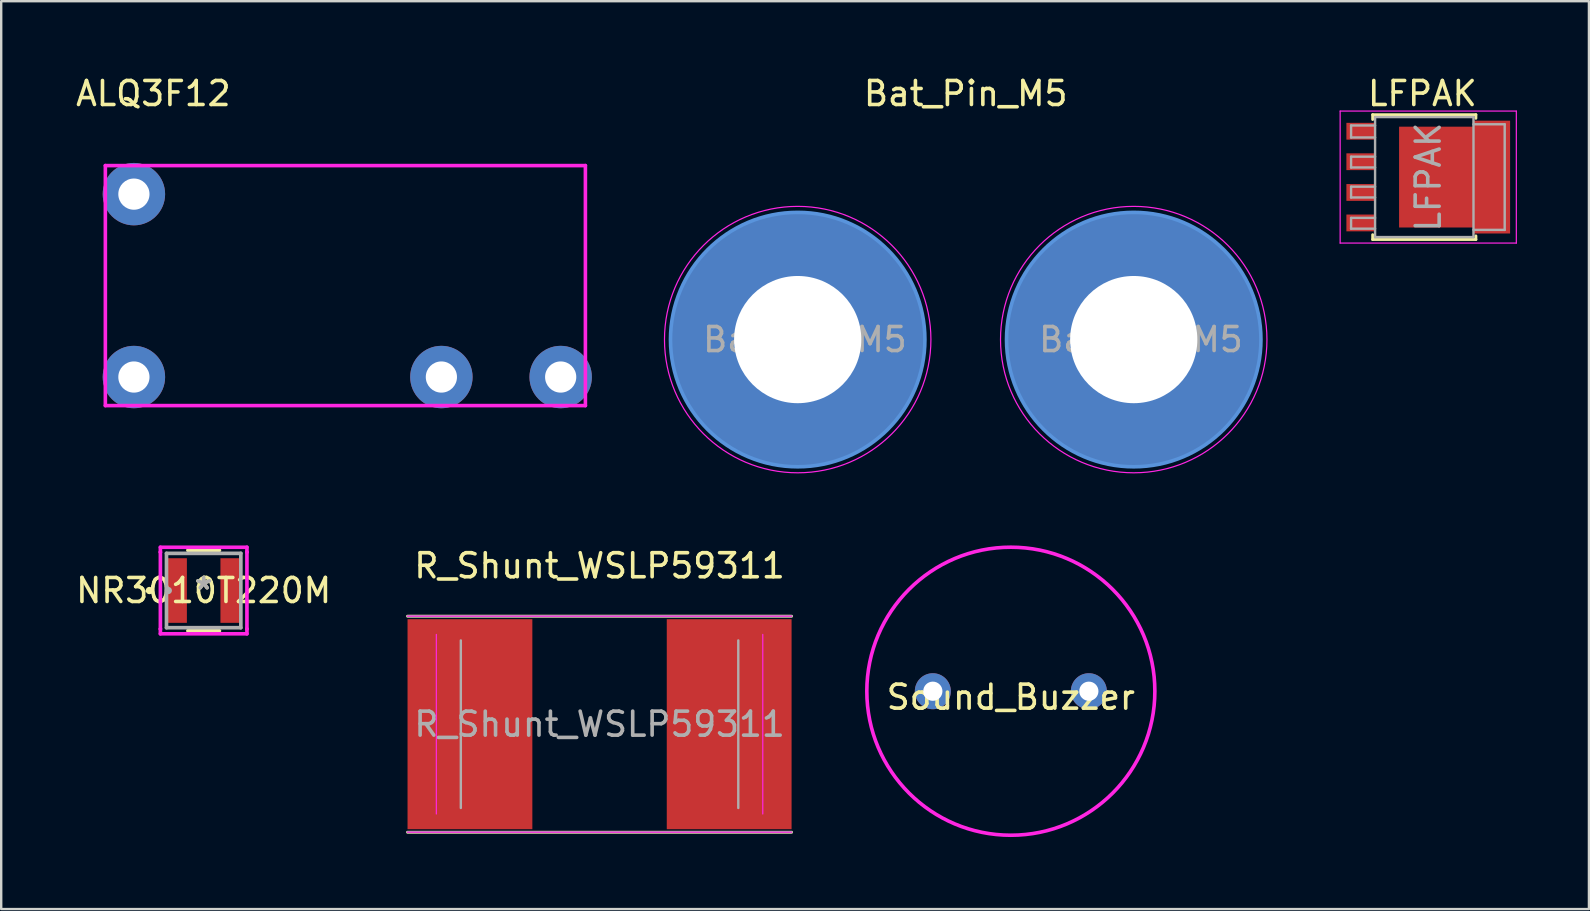
<source format=kicad_pcb>
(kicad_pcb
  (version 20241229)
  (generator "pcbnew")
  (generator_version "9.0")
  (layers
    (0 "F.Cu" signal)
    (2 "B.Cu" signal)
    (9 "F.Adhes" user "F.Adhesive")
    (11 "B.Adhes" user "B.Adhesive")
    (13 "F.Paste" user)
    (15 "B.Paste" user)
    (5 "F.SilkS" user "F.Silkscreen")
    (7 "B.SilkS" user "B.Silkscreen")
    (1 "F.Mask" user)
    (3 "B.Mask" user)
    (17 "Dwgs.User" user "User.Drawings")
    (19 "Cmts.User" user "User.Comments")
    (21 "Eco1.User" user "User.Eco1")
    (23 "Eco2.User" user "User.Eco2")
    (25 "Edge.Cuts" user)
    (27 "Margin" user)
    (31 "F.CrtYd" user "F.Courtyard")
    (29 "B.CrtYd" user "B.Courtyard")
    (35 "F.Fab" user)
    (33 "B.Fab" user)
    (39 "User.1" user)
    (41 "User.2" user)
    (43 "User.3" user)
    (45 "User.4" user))
  (footprint "Sound_Buzzer"
    (layer "F.Cu")
    (at 39.064 25.748)
    (property "Reference" "Sound_Buzzer" (at 0 0.25 0) (layer "F.SilkS") (effects (font (size 1 1) (thickness 0.15))))
    (attr through_hole)
    (fp_arc (start 0 -6) (mid 0 6) (end 0 -6) (stroke (width 0.15) (type solid)) (layer "F.CrtYd"))
    (pad "1" thru_hole circle (at -3.25 0) (size 1.5 1.5) (drill 0.8) (layers "*.Cu" "*.Mask"))
    (pad "2" thru_hole circle (at 3.25 0) (size 1.5 1.5) (drill 0.8) (layers "*.Cu" "*.Mask")))
  (footprint "Bat_Pin_M5"
    (layer "F.Cu")
    (at 37.184 11.098)
    (property "Reference" "Bat_Pin_M5" (at 0 -10.25 0) (layer "F.SilkS") (effects (font (size 1 1) (thickness 0.15))))
    (attr through_hole)
    (fp_circle (center -7 0) (end -1.7 0) (stroke (width 0.15) (type solid)) (fill no) (layer "Cmts.User"))
    (fp_circle (center 7 0) (end 12.3 0) (stroke (width 0.15) (type solid)) (fill no) (layer "Cmts.User"))
    (fp_circle (center -7 0) (end -1.45 0) (stroke (width 0.05) (type solid)) (fill no) (layer "F.CrtYd"))
    (fp_circle (center 7 0) (end 12.55 0) (stroke (width 0.05) (type solid)) (fill no) (layer "F.CrtYd"))
    (fp_text user "${REFERENCE}" (at -6.7 0 0) (layer "F.Fab") (effects (font (size 1 1) (thickness 0.15))))
    (fp_text user "${REFERENCE}" (at 7.3 0 0) (layer "F.Fab") (effects (font (size 1 1) (thickness 0.15))))
    (pad "1" thru_hole circle (at -7 0) (size 10.6 10.6) (drill 5.3) (layers "*.Cu" "*.Mask"))
    (pad "2" thru_hole circle (at 7 0) (size 10.6 10.6) (drill 5.3) (layers "*.Cu" "*.Mask")))
  (footprint "ALQ3F12"
    (layer "F.Cu")
    (at 1.339 3.848)
    (property "Reference" "ALQ3F12" (at 2 -3 0) (layer "F.SilkS") (effects (font (size 1 1) (thickness 0.15))))
    (attr through_hole)
    (fp_line (start 0 0) (end 20 0) (stroke (width 0.15) (type solid)) (layer "F.CrtYd"))
    (fp_line (start 0 10) (end 0 0) (stroke (width 0.15) (type solid)) (layer "F.CrtYd"))
    (fp_line (start 20 0) (end 20 10) (stroke (width 0.15) (type solid)) (layer "F.CrtYd"))
    (fp_line (start 20 10) (end 0 10) (stroke (width 0.15) (type solid)) (layer "F.CrtYd"))
    (pad "1" thru_hole circle (at 1.19 8.81) (size 2.6 2.6) (drill 1.3) (layers "*.Cu" "*.Mask"))
    (pad "2" thru_hole circle (at 1.19 1.19) (size 2.6 2.6) (drill 1.3) (layers "*.Cu" "*.Mask"))
    (pad "3" thru_hole circle (at 14 8.81) (size 2.6 2.6) (drill 1.3) (layers "*.Cu" "*.Mask"))
    (pad "4" thru_hole circle (at 18.97 8.81) (size 2.6 2.6) (drill 1.3) (layers "*.Cu" "*.Mask")))
  (footprint "LFPAK"
    (layer "F.Cu")
    (at 56.454 4.328)
    (property "Reference" "LFPAK" (at -0.245 -3.48 0) (layer "F.SilkS") (effects (font (size 1 1) (thickness 0.15))))
    (attr smd)
    (fp_line (start -2.315 -2.6) (end -2.315 -2.4) (stroke (width 0.12) (type solid)) (layer "F.SilkS"))
    (fp_line (start -2.315 2.4) (end -2.315 2.6) (stroke (width 0.12) (type solid)) (layer "F.SilkS"))
    (fp_line (start -2.315 2.6) (end 1.985 2.6) (stroke (width 0.12) (type solid)) (layer "F.SilkS"))
    (fp_line (start 1.985 -2.6) (end -2.315 -2.6) (stroke (width 0.12) (type solid)) (layer "F.SilkS"))
    (fp_line (start 1.985 -2.45) (end 1.985 -2.6) (stroke (width 0.12) (type solid)) (layer "F.SilkS"))
    (fp_line (start 1.985 2.6) (end 1.985 2.45) (stroke (width 0.12) (type solid)) (layer "F.SilkS"))
    (fp_line (start -3.67 2.75) (end -3.67 -2.75) (stroke (width 0.05) (type solid)) (layer "F.CrtYd"))
    (fp_line (start -3.67 2.75) (end 3.67 2.75) (stroke (width 0.05) (type solid)) (layer "F.CrtYd"))
    (fp_line (start 3.67 -2.75) (end -3.67 -2.75) (stroke (width 0.05) (type solid)) (layer "F.CrtYd"))
    (fp_line (start 3.67 -2.75) (end 3.67 2.75) (stroke (width 0.05) (type solid)) (layer "F.CrtYd"))
    (fp_line (start -3.215 -2.15) (end -3.215 -1.65) (stroke (width 0.1) (type solid)) (layer "F.Fab"))
    (fp_line (start -3.215 -2.15) (end -2.215 -2.15) (stroke (width 0.1) (type solid)) (layer "F.Fab"))
    (fp_line (start -3.215 -1.65) (end -2.215 -1.65) (stroke (width 0.1) (type solid)) (layer "F.Fab"))
    (fp_line (start -3.215 -0.85) (end -3.215 -0.4) (stroke (width 0.1) (type solid)) (layer "F.Fab"))
    (fp_line (start -3.215 -0.4) (end -2.215 -0.4) (stroke (width 0.1) (type solid)) (layer "F.Fab"))
    (fp_line (start -3.215 0.4) (end -3.215 0.85) (stroke (width 0.1) (type solid)) (layer "F.Fab"))
    (fp_line (start -3.215 0.85) (end -2.215 0.85) (stroke (width 0.1) (type solid)) (layer "F.Fab"))
    (fp_line (start -3.215 1.7) (end -3.215 2.15) (stroke (width 0.1) (type solid)) (layer "F.Fab"))
    (fp_line (start -3.215 2.15) (end -2.215 2.15) (stroke (width 0.1) (type solid)) (layer "F.Fab"))
    (fp_line (start -2.215 -2.5) (end -2.215 2.5) (stroke (width 0.1) (type solid)) (layer "F.Fab"))
    (fp_line (start -2.215 -0.85) (end -3.215 -0.85) (stroke (width 0.1) (type solid)) (layer "F.Fab"))
    (fp_line (start -2.215 0.4) (end -3.215 0.4) (stroke (width 0.1) (type solid)) (layer "F.Fab"))
    (fp_line (start -2.215 1.7) (end -3.215 1.7) (stroke (width 0.1) (type solid)) (layer "F.Fab"))
    (fp_line (start -2.215 2.5) (end 1.885 2.5) (stroke (width 0.1) (type solid)) (layer "F.Fab"))
    (fp_line (start 1.885 -2.5) (end -2.215 -2.5) (stroke (width 0.1) (type solid)) (layer "F.Fab"))
    (fp_line (start 1.885 2.5) (end 1.885 -2.5) (stroke (width 0.1) (type solid)) (layer "F.Fab"))
    (fp_line (start 3.185 -2.2) (end 1.885 -2.2) (stroke (width 0.1) (type solid)) (layer "F.Fab"))
    (fp_line (start 3.185 -2.2) (end 3.185 2.2) (stroke (width 0.1) (type solid)) (layer "F.Fab"))
    (fp_line (start 3.185 2.2) (end 1.885 2.2) (stroke (width 0.1) (type solid)) (layer "F.Fab"))
    (fp_text user "${REFERENCE}" (at 0 0 90) (layer "F.Fab") (effects (font (size 1 1) (thickness 0.15))))
    (pad "" smd rect (at -0.665 -1.15) (size 0.6 0.9) (layers "F.Paste"))
    (pad "" smd rect (at -0.665 0) (size 0.6 0.9) (layers "F.Paste"))
    (pad "" smd rect (at -0.665 1.15) (size 0.6 0.9) (layers "F.Paste"))
    (pad "" smd rect (at 0.185 -1.15) (size 0.6 0.9) (layers "F.Paste"))
    (pad "" smd rect (at 0.185 0) (size 0.6 0.9) (layers "F.Paste"))
    (pad "" smd rect (at 0.185 1.15) (size 0.6 0.9) (layers "F.Paste"))
    (pad "" smd rect (at 1.035 -1.15) (size 0.6 0.9) (layers "F.Paste"))
    (pad "" smd rect (at 1.035 0) (size 0.6 0.9) (layers "F.Paste"))
    (pad "" smd rect (at 1.035 1.15) (size 0.6 0.9) (layers "F.Paste"))
    (pad "" smd rect (at 2.885 -1.88 270) (size 0.6 0.9) (layers "F.Paste"))
    (pad "" smd rect (at 2.885 -0.6 270) (size 0.6 0.9) (layers "F.Paste"))
    (pad "" smd rect (at 2.885 0.6 270) (size 0.6 0.9) (layers "F.Paste"))
    (pad "" smd rect (at 2.885 1.88 270) (size 0.6 0.9) (layers "F.Paste"))
    (pad "1" smd rect (at -2.835 -1.91 270) (size 0.7 1.15) (layers "F.Cu" "F.Mask" "F.Paste"))
    (pad "1" smd rect (at -2.835 -0.64 270) (size 0.7 1.15) (layers "F.Cu" "F.Mask" "F.Paste"))
    (pad "1" smd rect (at -2.835 0.64 270) (size 0.7 1.15) (layers "F.Cu" "F.Mask" "F.Paste"))
    (pad "2" smd rect (at -2.835 1.91 270) (size 0.7 1.15) (layers "F.Cu" "F.Mask" "F.Paste"))
    (pad "3" smd rect (at 0.435 0 270) (size 4.2 3.3) (layers "F.Cu" "F.Mask"))
    (pad "3" smd rect (at 2.635 0 270) (size 4.7 1.55) (layers "F.Cu" "F.Mask")))
  (footprint "R_Shunt_WSLP59311"
    (layer "F.Cu")
    (at 21.929 27.122)
    (property "Reference" "R_Shunt_WSLP59311" (at 0 -6.6 0) (layer "F.SilkS") (effects (font (size 1 1) (thickness 0.15))))
    (attr smd)
    (fp_line (start -8 -4.5) (end 8 -4.5) (stroke (width 0.12) (type solid)) (layer "F.SilkS"))
    (fp_line (start -8 4.5) (end 8 4.5) (stroke (width 0.12) (type solid)) (layer "F.SilkS"))
    (fp_line (start -8 -4.5) (end 8 -4.5) (stroke (width 0.05) (type solid)) (layer "F.CrtYd"))
    (fp_line (start -8 4.5) (end 8 4.5) (stroke (width 0.05) (type solid)) (layer "F.CrtYd"))
    (fp_line (start -6.8 -3.74) (end -6.8 3.74) (stroke (width 0.05) (type solid)) (layer "F.CrtYd"))
    (fp_line (start 6.8 -3.74) (end 6.8 3.74) (stroke (width 0.05) (type solid)) (layer "F.CrtYd"))
    (fp_line (start -8 -4.5) (end 8 -4.5) (stroke (width 0.1) (type solid)) (layer "F.Fab"))
    (fp_line (start -8 4.5) (end 8 4.5) (stroke (width 0.1) (type solid)) (layer "F.Fab"))
    (fp_line (start -5.78 -3.49) (end -5.78 3.49) (stroke (width 0.1) (type solid)) (layer "F.Fab"))
    (fp_line (start 5.78 -3.49) (end 5.78 3.49) (stroke (width 0.1) (type solid)) (layer "F.Fab"))
    (fp_text user "${REFERENCE}" (at 0 0 0) (layer "F.Fab") (effects (font (size 1 1) (thickness 0.15))))
    (pad "1" smd rect (at -5.4 0) (size 5.2 8.75) (layers "F.Cu" "F.Mask" "F.Paste"))
    (pad "2" smd rect (at 5.4 0) (size 5.2 8.75) (layers "F.Cu" "F.Mask" "F.Paste")))
  (footprint "NR3010T220M"
    (layer "F.Cu")
    (at 5.435 21.553)
    (property "Reference" "NR3010T220M" (at 0 0 0) (layer "F.SilkS") (effects (font (size 1 1) (thickness 0.15))))
    (attr through_hole)
    (fp_line (start -0.657 1.676) (end 0.657 1.676) (stroke (width 0.152) (type solid)) (layer "F.SilkS"))
    (fp_line (start 0.657 -1.676) (end -0.657 -1.676) (stroke (width 0.152) (type solid)) (layer "F.SilkS"))
    (fp_circle (center -2.261 0) (end -2.184 0) (stroke (width 0.152) (type solid)) (fill no) (layer "F.SilkS"))
    (fp_line (start -1.803 -1.803) (end 1.803 -1.803) (stroke (width 0.152) (type solid)) (layer "F.CrtYd"))
    (fp_line (start -1.803 -1.6) (end -1.803 -1.803) (stroke (width 0.152) (type solid)) (layer "F.CrtYd"))
    (fp_line (start -1.803 -1.6) (end -1.803 -1.6) (stroke (width 0.152) (type solid)) (layer "F.CrtYd"))
    (fp_line (start -1.803 1.6) (end -1.803 -1.6) (stroke (width 0.152) (type solid)) (layer "F.CrtYd"))
    (fp_line (start -1.803 1.6) (end -1.803 1.6) (stroke (width 0.152) (type solid)) (layer "F.CrtYd"))
    (fp_line (start -1.803 1.803) (end -1.803 1.6) (stroke (width 0.152) (type solid)) (layer "F.CrtYd"))
    (fp_line (start 1.803 -1.803) (end 1.803 -1.6) (stroke (width 0.152) (type solid)) (layer "F.CrtYd"))
    (fp_line (start 1.803 -1.6) (end 1.803 -1.6) (stroke (width 0.152) (type solid)) (layer "F.CrtYd"))
    (fp_line (start 1.803 -1.6) (end 1.803 1.6) (stroke (width 0.152) (type solid)) (layer "F.CrtYd"))
    (fp_line (start 1.803 1.6) (end 1.803 1.6) (stroke (width 0.152) (type solid)) (layer "F.CrtYd"))
    (fp_line (start 1.803 1.6) (end 1.803 1.803) (stroke (width 0.152) (type solid)) (layer "F.CrtYd"))
    (fp_line (start 1.803 1.803) (end -1.803 1.803) (stroke (width 0.152) (type solid)) (layer "F.CrtYd"))
    (fp_line (start -1.549 -1.549) (end -1.549 1.549) (stroke (width 0.152) (type solid)) (layer "F.Fab"))
    (fp_line (start -1.549 1.549) (end 1.549 1.549) (stroke (width 0.152) (type solid)) (layer "F.Fab"))
    (fp_line (start 1.549 -1.549) (end -1.549 -1.549) (stroke (width 0.152) (type solid)) (layer "F.Fab"))
    (fp_line (start 1.549 1.549) (end 1.549 -1.549) (stroke (width 0.152) (type solid)) (layer "F.Fab"))
    (fp_circle (center -1.473 0) (end -1.397 0) (stroke (width 0.152) (type solid)) (fill no) (layer "F.Fab"))
    (fp_text user "*" (at 0 0 0) (layer "F.SilkS") (effects (font (size 1 1) (thickness 0.15))))
    (fp_text user "Copyright 2016 Accelerated Designs. All rights reserved." (at 0 0 0) (layer "Cmts.User") (effects (font (size 0.127 0.127) (thickness 0.002))))
    (fp_text user "*" (at 0 0 0) (layer "F.Fab") (effects (font (size 1 1) (thickness 0.15))))
    (pad "1" smd rect (at -1.099 0) (size 0.8 2.692) (layers "F.Cu" "F.Mask" "F.Paste"))
    (pad "2" smd rect (at 1.099 0) (size 0.8 2.692) (layers "F.Cu" "F.Mask" "F.Paste")))
  (gr_rect
    (start -3 -3)
    (end 63.149 34.823)
    (stroke (width 0.1) (type default))
    (fill no)
    (layer "Edge.Cuts")))
</source>
